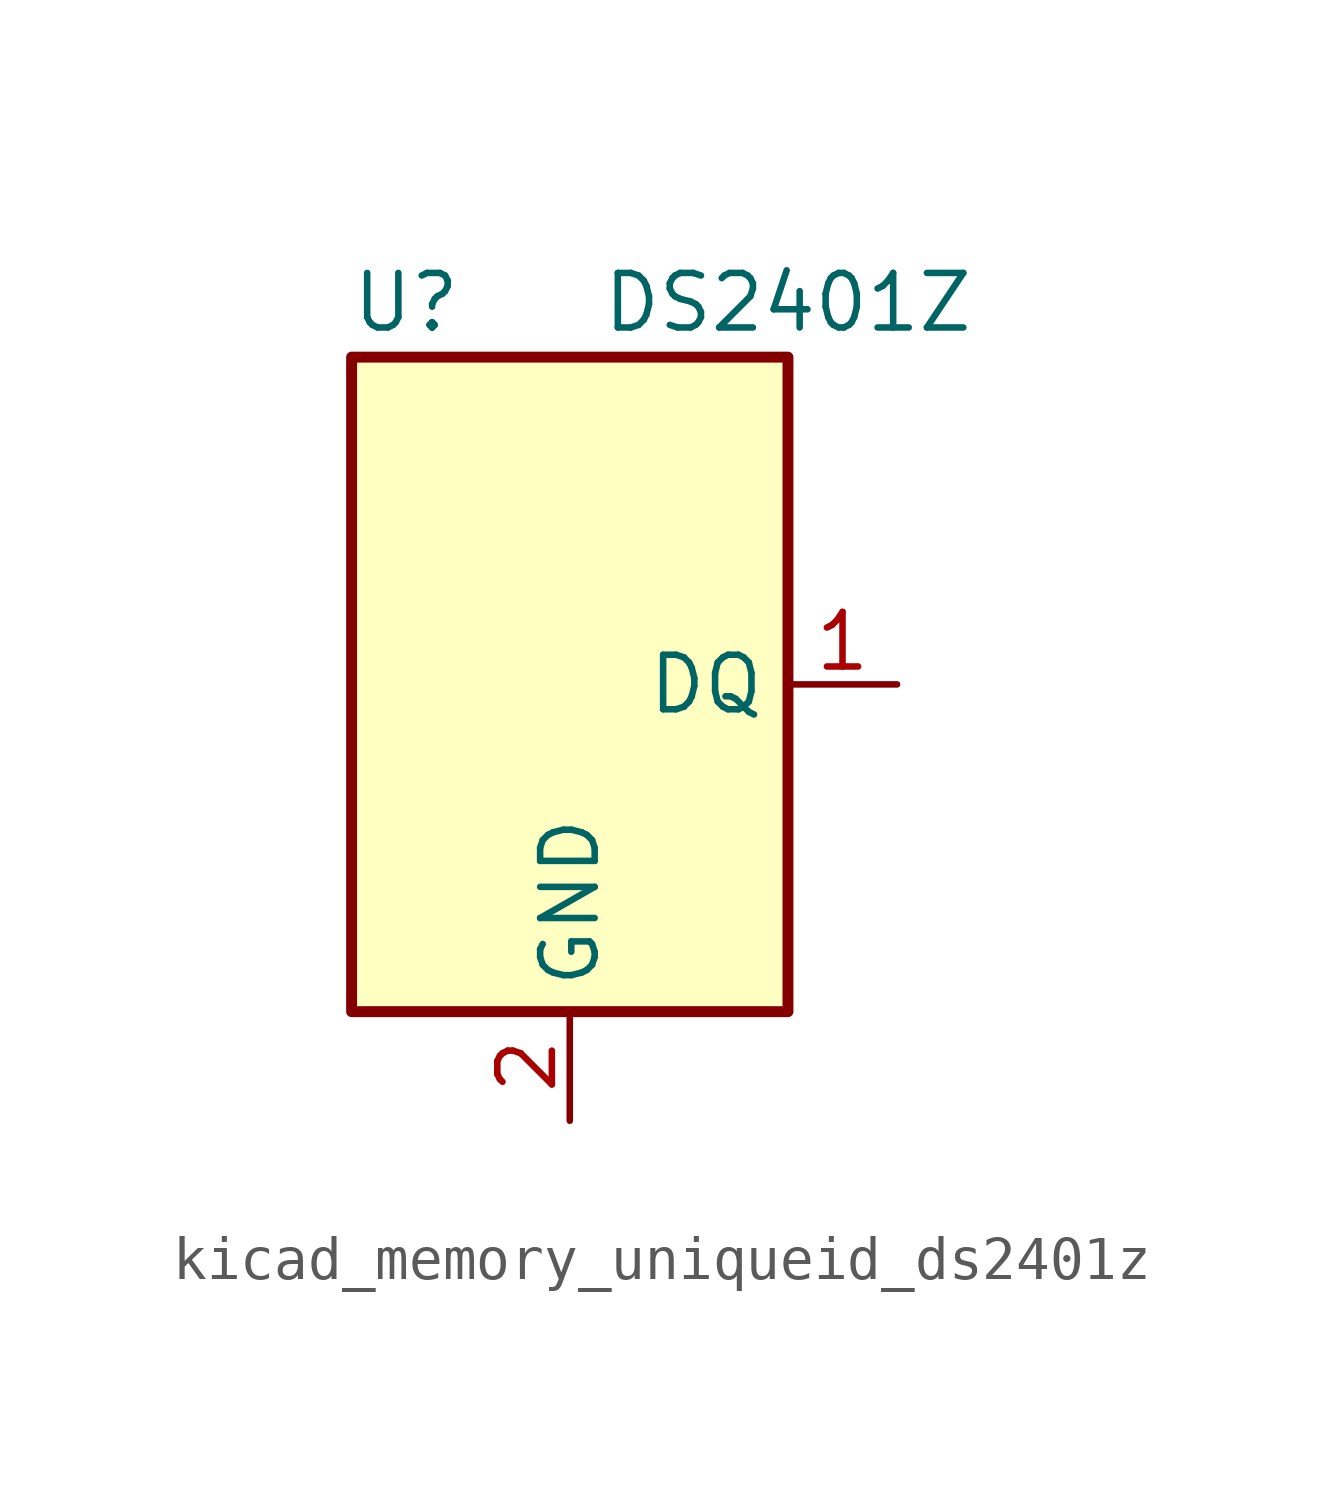
<source format=kicad_sym>
(kicad_symbol_lib
  (version 20220914)
  (generator kicad_symbol_editor)
  (symbol "kicad_memory_uniqueid_ds2401z"
    (property "Reference" "U"
      (at -3.81 8.89 0)
      (effects (font (size 1.27 1.27))))
    (property "Value" "DS2401Z"
      (at 5.08 8.89 0)
      (effects (font (size 1.27 1.27))))
    (symbol "kicad_memory_uniqueid_ds2401z_0_1"
      (rectangle (start 5.08 -7.62) (end -5.08 7.62) (stroke (width 0.254) (type default)) (fill (type background))))
    (symbol "kicad_memory_uniqueid_ds2401z_1_1"
      (pin bidirectional line (at 7.62 0 180) (length 2.54) (name "DQ" (effects (font (size 1.27 1.27)))) (number "1" (effects (font (size 1.27 1.27)))))
      (pin power_in line (at 0 -10.16 90) (length 2.54) (name "GND" (effects (font (size 1.27 1.27)))) (number "2" (effects (font (size 1.27 1.27)))))
      (pin no_connect line (at -5.08 0 0) (length 2.54) hide (name "NC" (effects (font (size 1.27 1.27)))) (number "3" (effects (font (size 1.27 1.27)))))
      (pin passive line (at 0 -10.16 90) (length 2.54) hide (name "GND" (effects (font (size 1.27 1.27)))) (number "4" (effects (font (size 1.27 1.27))))))))
</source>
